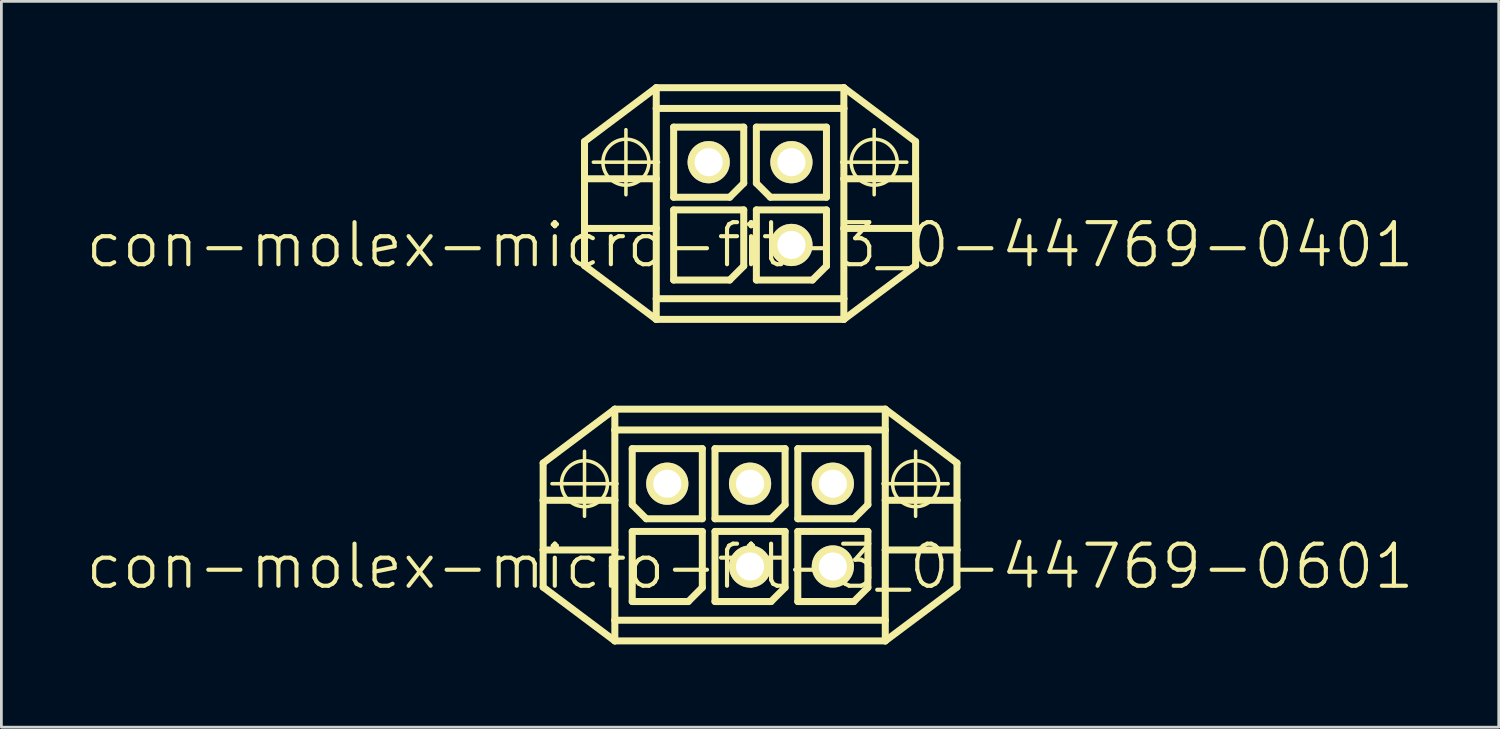
<source format=kicad_pcb>
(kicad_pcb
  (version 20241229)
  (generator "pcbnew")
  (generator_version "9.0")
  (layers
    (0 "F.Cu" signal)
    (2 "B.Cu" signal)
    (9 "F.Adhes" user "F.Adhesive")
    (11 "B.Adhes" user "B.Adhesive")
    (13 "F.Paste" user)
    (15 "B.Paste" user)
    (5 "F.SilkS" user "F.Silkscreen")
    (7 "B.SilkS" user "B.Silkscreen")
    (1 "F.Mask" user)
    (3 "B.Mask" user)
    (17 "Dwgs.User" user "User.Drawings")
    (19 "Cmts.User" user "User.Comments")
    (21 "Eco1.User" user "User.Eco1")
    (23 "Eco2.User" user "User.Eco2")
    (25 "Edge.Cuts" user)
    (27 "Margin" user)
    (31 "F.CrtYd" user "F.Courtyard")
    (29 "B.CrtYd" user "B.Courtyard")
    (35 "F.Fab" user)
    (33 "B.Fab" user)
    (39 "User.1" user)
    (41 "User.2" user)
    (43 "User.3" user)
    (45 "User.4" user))
  (footprint "con-molex-micro-fit-3_0-44769-0401"
    (layer "F.Cu")
    (at 24.13 5.827)
    (property "Reference" "con-molex-micro-fit-3_0-44769-0401" (at 0 0 0) (layer "F.SilkS") (effects (font (size 1.524 1.524) (thickness 0.15))))
    (attr exclude_from_pos_files exclude_from_bom)
    (fp_line (start -5.999 -3.749) (end -3.399 -5.7) (stroke (width 0.254) (type solid)) (layer "F.SilkS"))
    (fp_line (start -5.999 -2.398) (end -5.999 -3.749) (stroke (width 0.254) (type solid)) (layer "F.SilkS"))
    (fp_line (start -5.999 -2.398) (end -3.399 -2.398) (stroke (width 0.254) (type solid)) (layer "F.SilkS"))
    (fp_line (start -5.999 -0.599) (end -5.999 -2.398) (stroke (width 0.254) (type solid)) (layer "F.SilkS"))
    (fp_line (start -5.999 -0.599) (end -3.399 -0.599) (stroke (width 0.254) (type solid)) (layer "F.SilkS"))
    (fp_line (start -5.999 0.749) (end -5.999 -0.599) (stroke (width 0.254) (type solid)) (layer "F.SilkS"))
    (fp_line (start -5.679 -3) (end -3.32 -3) (stroke (width 0.127) (type solid)) (layer "F.SilkS"))
    (fp_line (start -4.498 -1.819) (end -4.498 -4.178) (stroke (width 0.127) (type solid)) (layer "F.SilkS"))
    (fp_line (start -3.399 -5.7) (end -3.399 -4.948) (stroke (width 0.254) (type solid)) (layer "F.SilkS"))
    (fp_line (start -3.399 -5.7) (end 3.399 -5.7) (stroke (width 0.254) (type solid)) (layer "F.SilkS"))
    (fp_line (start -3.399 -4.948) (end 3.399 -4.948) (stroke (width 0.254) (type solid)) (layer "F.SilkS"))
    (fp_line (start -3.399 -2.398) (end -3.399 -4.948) (stroke (width 0.254) (type solid)) (layer "F.SilkS"))
    (fp_line (start -3.399 -0.599) (end -3.399 -2.398) (stroke (width 0.254) (type solid)) (layer "F.SilkS"))
    (fp_line (start -3.399 -0.599) (end -3.399 1.948) (stroke (width 0.254) (type solid)) (layer "F.SilkS"))
    (fp_line (start -3.399 1.948) (end -3.399 2.697) (stroke (width 0.254) (type solid)) (layer "F.SilkS"))
    (fp_line (start -3.399 1.948) (end 3.399 1.948) (stroke (width 0.254) (type solid)) (layer "F.SilkS"))
    (fp_line (start -3.399 2.697) (end -5.999 0.749) (stroke (width 0.254) (type solid)) (layer "F.SilkS"))
    (fp_line (start -2.769 -4.27) (end -0.229 -4.27) (stroke (width 0.254) (type solid)) (layer "F.SilkS"))
    (fp_line (start -2.769 -1.73) (end -2.769 -4.27) (stroke (width 0.254) (type solid)) (layer "F.SilkS"))
    (fp_line (start -2.769 -1.27) (end -0.229 -1.27) (stroke (width 0.254) (type solid)) (layer "F.SilkS"))
    (fp_line (start -2.769 1.27) (end -2.769 -1.27) (stroke (width 0.254) (type solid)) (layer "F.SilkS"))
    (fp_line (start -0.737 -1.73) (end -2.769 -1.73) (stroke (width 0.254) (type solid)) (layer "F.SilkS"))
    (fp_line (start -0.737 1.27) (end -2.769 1.27) (stroke (width 0.254) (type solid)) (layer "F.SilkS"))
    (fp_line (start -0.229 -4.27) (end -0.229 -2.238) (stroke (width 0.254) (type solid)) (layer "F.SilkS"))
    (fp_line (start -0.229 -2.238) (end -0.737 -1.73) (stroke (width 0.254) (type solid)) (layer "F.SilkS"))
    (fp_line (start -0.229 -1.27) (end -0.229 0.762) (stroke (width 0.254) (type solid)) (layer "F.SilkS"))
    (fp_line (start -0.229 0.762) (end -0.737 1.27) (stroke (width 0.254) (type solid)) (layer "F.SilkS"))
    (fp_line (start 0.229 -4.27) (end 0.229 -2.238) (stroke (width 0.254) (type solid)) (layer "F.SilkS"))
    (fp_line (start 0.229 -2.238) (end 0.737 -1.73) (stroke (width 0.254) (type solid)) (layer "F.SilkS"))
    (fp_line (start 0.229 -1.27) (end 2.769 -1.27) (stroke (width 0.254) (type solid)) (layer "F.SilkS"))
    (fp_line (start 0.229 1.27) (end 0.229 -1.27) (stroke (width 0.254) (type solid)) (layer "F.SilkS"))
    (fp_line (start 0.737 -1.73) (end 2.769 -1.73) (stroke (width 0.254) (type solid)) (layer "F.SilkS"))
    (fp_line (start 2.261 1.27) (end 0.229 1.27) (stroke (width 0.254) (type solid)) (layer "F.SilkS"))
    (fp_line (start 2.769 -4.27) (end 0.229 -4.27) (stroke (width 0.254) (type solid)) (layer "F.SilkS"))
    (fp_line (start 2.769 -1.73) (end 2.769 -4.27) (stroke (width 0.254) (type solid)) (layer "F.SilkS"))
    (fp_line (start 2.769 -1.27) (end 2.769 0.762) (stroke (width 0.254) (type solid)) (layer "F.SilkS"))
    (fp_line (start 2.769 0.762) (end 2.261 1.27) (stroke (width 0.254) (type solid)) (layer "F.SilkS"))
    (fp_line (start 3.32 -3) (end 5.679 -3) (stroke (width 0.127) (type solid)) (layer "F.SilkS"))
    (fp_line (start 3.399 -5.7) (end 3.399 -4.948) (stroke (width 0.254) (type solid)) (layer "F.SilkS"))
    (fp_line (start 3.399 -5.7) (end 5.999 -3.749) (stroke (width 0.254) (type solid)) (layer "F.SilkS"))
    (fp_line (start 3.399 -4.948) (end 3.399 -2.398) (stroke (width 0.254) (type solid)) (layer "F.SilkS"))
    (fp_line (start 3.399 -2.398) (end 3.399 -0.599) (stroke (width 0.254) (type solid)) (layer "F.SilkS"))
    (fp_line (start 3.399 -2.398) (end 5.999 -2.398) (stroke (width 0.254) (type solid)) (layer "F.SilkS"))
    (fp_line (start 3.399 -0.599) (end 3.399 1.948) (stroke (width 0.254) (type solid)) (layer "F.SilkS"))
    (fp_line (start 3.399 -0.599) (end 5.999 -0.599) (stroke (width 0.254) (type solid)) (layer "F.SilkS"))
    (fp_line (start 3.399 1.948) (end 3.399 2.697) (stroke (width 0.254) (type solid)) (layer "F.SilkS"))
    (fp_line (start 3.399 2.697) (end -3.399 2.697) (stroke (width 0.254) (type solid)) (layer "F.SilkS"))
    (fp_line (start 4.498 -1.819) (end 4.498 -4.178) (stroke (width 0.127) (type solid)) (layer "F.SilkS"))
    (fp_line (start 5.999 -3.749) (end 5.999 -2.398) (stroke (width 0.254) (type solid)) (layer "F.SilkS"))
    (fp_line (start 5.999 -2.398) (end 5.999 -0.599) (stroke (width 0.254) (type solid)) (layer "F.SilkS"))
    (fp_line (start 5.999 -0.599) (end 5.999 0.749) (stroke (width 0.254) (type solid)) (layer "F.SilkS"))
    (fp_line (start 5.999 0.749) (end 3.399 2.697) (stroke (width 0.254) (type solid)) (layer "F.SilkS"))
    (fp_circle (center -4.498 -3) (end -5.088 -3.589) (stroke (width 0.127) (type solid)) (fill no) (layer "F.SilkS"))
    (fp_circle (center 4.498 -3) (end 5.088 -3.589) (stroke (width 0.127) (type solid)) (fill no) (layer "F.SilkS"))
    (pad "P$1" thru_hole rect (at -1.499 0) (size 0.001 0.001) (drill 1.019) (layers "*.Cu" "F.Mask" "F.SilkS" "F.Paste"))
    (pad "P$2" thru_hole circle (at 1.499 0) (size 1.529 1.529) (drill 1.019) (layers "*.Cu" "F.Mask" "F.SilkS" "F.Paste"))
    (pad "P$3" thru_hole circle (at -1.499 -3) (size 1.529 1.529) (drill 1.019) (layers "*.Cu" "F.Mask" "F.SilkS" "F.Paste"))
    (pad "P$4" thru_hole circle (at 1.499 -3) (size 1.529 1.529) (drill 1.019) (layers "*.Cu" "F.Mask" "F.SilkS" "F.Paste")))
  (footprint "con-molex-micro-fit-3_0-44769-0601"
    (layer "F.Cu")
    (at 24.13 17.478)
    (property "Reference" "con-molex-micro-fit-3_0-44769-0601" (at 0 0 0) (layer "F.SilkS") (effects (font (size 1.524 1.524) (thickness 0.15))))
    (attr exclude_from_pos_files exclude_from_bom)
    (fp_line (start -7.498 -3.749) (end -4.9 -5.7) (stroke (width 0.254) (type solid)) (layer "F.SilkS"))
    (fp_line (start -7.498 -2.398) (end -7.498 -3.749) (stroke (width 0.254) (type solid)) (layer "F.SilkS"))
    (fp_line (start -7.498 -2.398) (end -4.9 -2.398) (stroke (width 0.254) (type solid)) (layer "F.SilkS"))
    (fp_line (start -7.498 -0.599) (end -7.498 -2.398) (stroke (width 0.254) (type solid)) (layer "F.SilkS"))
    (fp_line (start -7.498 -0.599) (end -4.9 -0.599) (stroke (width 0.254) (type solid)) (layer "F.SilkS"))
    (fp_line (start -7.498 0.749) (end -7.498 -0.599) (stroke (width 0.254) (type solid)) (layer "F.SilkS"))
    (fp_line (start -7.178 -3) (end -4.818 -3) (stroke (width 0.127) (type solid)) (layer "F.SilkS"))
    (fp_line (start -5.999 -1.819) (end -5.999 -4.178) (stroke (width 0.127) (type solid)) (layer "F.SilkS"))
    (fp_line (start -4.9 -5.7) (end -4.9 -4.948) (stroke (width 0.254) (type solid)) (layer "F.SilkS"))
    (fp_line (start -4.9 -5.7) (end 4.9 -5.7) (stroke (width 0.254) (type solid)) (layer "F.SilkS"))
    (fp_line (start -4.9 -4.948) (end 4.9 -4.948) (stroke (width 0.254) (type solid)) (layer "F.SilkS"))
    (fp_line (start -4.9 -2.398) (end -4.9 -4.948) (stroke (width 0.254) (type solid)) (layer "F.SilkS"))
    (fp_line (start -4.9 -0.599) (end -4.9 -2.398) (stroke (width 0.254) (type solid)) (layer "F.SilkS"))
    (fp_line (start -4.9 -0.599) (end -4.9 1.948) (stroke (width 0.254) (type solid)) (layer "F.SilkS"))
    (fp_line (start -4.9 1.948) (end -4.9 2.697) (stroke (width 0.254) (type solid)) (layer "F.SilkS"))
    (fp_line (start -4.9 1.948) (end 4.9 1.948) (stroke (width 0.254) (type solid)) (layer "F.SilkS"))
    (fp_line (start -4.9 2.697) (end -7.498 0.749) (stroke (width 0.254) (type solid)) (layer "F.SilkS"))
    (fp_line (start -4.27 -4.27) (end -4.27 -2.238) (stroke (width 0.254) (type solid)) (layer "F.SilkS"))
    (fp_line (start -4.27 -2.238) (end -3.762 -1.73) (stroke (width 0.254) (type solid)) (layer "F.SilkS"))
    (fp_line (start -4.27 -1.27) (end -1.73 -1.27) (stroke (width 0.254) (type solid)) (layer "F.SilkS"))
    (fp_line (start -4.27 1.27) (end -4.27 -1.27) (stroke (width 0.254) (type solid)) (layer "F.SilkS"))
    (fp_line (start -3.762 -1.73) (end -1.73 -1.73) (stroke (width 0.254) (type solid)) (layer "F.SilkS"))
    (fp_line (start -2.238 1.27) (end -4.27 1.27) (stroke (width 0.254) (type solid)) (layer "F.SilkS"))
    (fp_line (start -1.73 -4.27) (end -4.27 -4.27) (stroke (width 0.254) (type solid)) (layer "F.SilkS"))
    (fp_line (start -1.73 -1.73) (end -1.73 -4.27) (stroke (width 0.254) (type solid)) (layer "F.SilkS"))
    (fp_line (start -1.73 -1.27) (end -1.73 0.762) (stroke (width 0.254) (type solid)) (layer "F.SilkS"))
    (fp_line (start -1.73 0.762) (end -2.238 1.27) (stroke (width 0.254) (type solid)) (layer "F.SilkS"))
    (fp_line (start -1.27 -4.27) (end 1.27 -4.27) (stroke (width 0.254) (type solid)) (layer "F.SilkS"))
    (fp_line (start -1.27 -1.73) (end -1.27 -4.27) (stroke (width 0.254) (type solid)) (layer "F.SilkS"))
    (fp_line (start -1.27 -1.27) (end 1.27 -1.27) (stroke (width 0.254) (type solid)) (layer "F.SilkS"))
    (fp_line (start -1.27 1.27) (end -1.27 -1.27) (stroke (width 0.254) (type solid)) (layer "F.SilkS"))
    (fp_line (start 0.762 -1.73) (end -1.27 -1.73) (stroke (width 0.254) (type solid)) (layer "F.SilkS"))
    (fp_line (start 0.762 1.27) (end -1.27 1.27) (stroke (width 0.254) (type solid)) (layer "F.SilkS"))
    (fp_line (start 1.27 -4.27) (end 1.27 -2.238) (stroke (width 0.254) (type solid)) (layer "F.SilkS"))
    (fp_line (start 1.27 -2.238) (end 0.762 -1.73) (stroke (width 0.254) (type solid)) (layer "F.SilkS"))
    (fp_line (start 1.27 -1.27) (end 1.27 0.762) (stroke (width 0.254) (type solid)) (layer "F.SilkS"))
    (fp_line (start 1.27 0.762) (end 0.762 1.27) (stroke (width 0.254) (type solid)) (layer "F.SilkS"))
    (fp_line (start 1.73 -4.27) (end 4.27 -4.27) (stroke (width 0.254) (type solid)) (layer "F.SilkS"))
    (fp_line (start 1.73 -1.73) (end 1.73 -4.27) (stroke (width 0.254) (type solid)) (layer "F.SilkS"))
    (fp_line (start 1.73 -1.27) (end 4.27 -1.27) (stroke (width 0.254) (type solid)) (layer "F.SilkS"))
    (fp_line (start 1.73 1.27) (end 1.73 -1.27) (stroke (width 0.254) (type solid)) (layer "F.SilkS"))
    (fp_line (start 3.762 -1.73) (end 1.73 -1.73) (stroke (width 0.254) (type solid)) (layer "F.SilkS"))
    (fp_line (start 3.762 1.27) (end 1.73 1.27) (stroke (width 0.254) (type solid)) (layer "F.SilkS"))
    (fp_line (start 4.27 -4.27) (end 4.27 -2.238) (stroke (width 0.254) (type solid)) (layer "F.SilkS"))
    (fp_line (start 4.27 -2.238) (end 3.762 -1.73) (stroke (width 0.254) (type solid)) (layer "F.SilkS"))
    (fp_line (start 4.27 -1.27) (end 4.27 0.762) (stroke (width 0.254) (type solid)) (layer "F.SilkS"))
    (fp_line (start 4.27 0.762) (end 3.762 1.27) (stroke (width 0.254) (type solid)) (layer "F.SilkS"))
    (fp_line (start 4.818 -3) (end 7.178 -3) (stroke (width 0.127) (type solid)) (layer "F.SilkS"))
    (fp_line (start 4.9 -5.7) (end 4.9 -4.948) (stroke (width 0.254) (type solid)) (layer "F.SilkS"))
    (fp_line (start 4.9 -5.7) (end 7.498 -3.749) (stroke (width 0.254) (type solid)) (layer "F.SilkS"))
    (fp_line (start 4.9 -4.948) (end 4.9 -2.398) (stroke (width 0.254) (type solid)) (layer "F.SilkS"))
    (fp_line (start 4.9 -2.398) (end 4.9 -0.599) (stroke (width 0.254) (type solid)) (layer "F.SilkS"))
    (fp_line (start 4.9 -2.398) (end 7.498 -2.398) (stroke (width 0.254) (type solid)) (layer "F.SilkS"))
    (fp_line (start 4.9 -0.599) (end 4.9 1.948) (stroke (width 0.254) (type solid)) (layer "F.SilkS"))
    (fp_line (start 4.9 -0.599) (end 7.498 -0.599) (stroke (width 0.254) (type solid)) (layer "F.SilkS"))
    (fp_line (start 4.9 1.948) (end 4.9 2.697) (stroke (width 0.254) (type solid)) (layer "F.SilkS"))
    (fp_line (start 4.9 2.697) (end -4.9 2.697) (stroke (width 0.254) (type solid)) (layer "F.SilkS"))
    (fp_line (start 5.999 -1.819) (end 5.999 -4.178) (stroke (width 0.127) (type solid)) (layer "F.SilkS"))
    (fp_line (start 7.498 -3.749) (end 7.498 -2.398) (stroke (width 0.254) (type solid)) (layer "F.SilkS"))
    (fp_line (start 7.498 -2.398) (end 7.498 -0.599) (stroke (width 0.254) (type solid)) (layer "F.SilkS"))
    (fp_line (start 7.498 -0.599) (end 7.498 0.749) (stroke (width 0.254) (type solid)) (layer "F.SilkS"))
    (fp_line (start 7.498 0.749) (end 4.9 2.697) (stroke (width 0.254) (type solid)) (layer "F.SilkS"))
    (fp_circle (center -5.999 -3) (end -6.589 -3.589) (stroke (width 0.127) (type solid)) (fill no) (layer "F.SilkS"))
    (fp_circle (center 5.999 -3) (end 6.589 -3.589) (stroke (width 0.127) (type solid)) (fill no) (layer "F.SilkS"))
    (pad "P$1" thru_hole rect (at -3 0) (size 0.001 0.001) (drill 1.019) (layers "*.Cu" "F.Mask" "F.SilkS" "F.Paste"))
    (pad "P$2" thru_hole circle (at 0 0) (size 1.529 1.529) (drill 1.019) (layers "*.Cu" "F.Mask" "F.SilkS" "F.Paste"))
    (pad "P$3" thru_hole circle (at 3 0) (size 1.529 1.529) (drill 1.019) (layers "*.Cu" "F.Mask" "F.SilkS" "F.Paste"))
    (pad "P$4" thru_hole circle (at -3 -3) (size 1.529 1.529) (drill 1.019) (layers "*.Cu" "F.Mask" "F.SilkS" "F.Paste"))
    (pad "P$5" thru_hole circle (at 0 -3) (size 1.529 1.529) (drill 1.019) (layers "*.Cu" "F.Mask" "F.SilkS" "F.Paste"))
    (pad "P$6" thru_hole circle (at 3 -3) (size 1.529 1.529) (drill 1.019) (layers "*.Cu" "F.Mask" "F.SilkS" "F.Paste")))
  (gr_rect
    (start -3 -3)
    (end 51.26 23.302)
    (stroke (width 0.1) (type default))
    (fill no)
    (layer "Edge.Cuts")))
</source>
